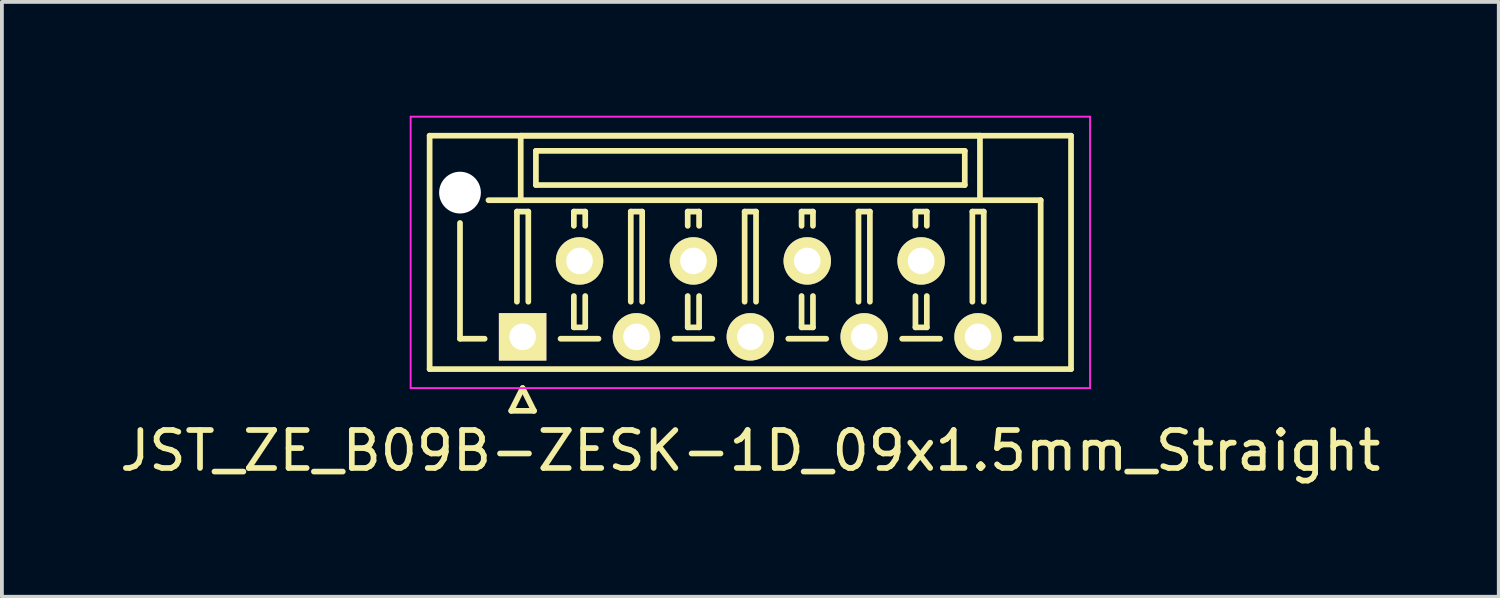
<source format=kicad_pcb>
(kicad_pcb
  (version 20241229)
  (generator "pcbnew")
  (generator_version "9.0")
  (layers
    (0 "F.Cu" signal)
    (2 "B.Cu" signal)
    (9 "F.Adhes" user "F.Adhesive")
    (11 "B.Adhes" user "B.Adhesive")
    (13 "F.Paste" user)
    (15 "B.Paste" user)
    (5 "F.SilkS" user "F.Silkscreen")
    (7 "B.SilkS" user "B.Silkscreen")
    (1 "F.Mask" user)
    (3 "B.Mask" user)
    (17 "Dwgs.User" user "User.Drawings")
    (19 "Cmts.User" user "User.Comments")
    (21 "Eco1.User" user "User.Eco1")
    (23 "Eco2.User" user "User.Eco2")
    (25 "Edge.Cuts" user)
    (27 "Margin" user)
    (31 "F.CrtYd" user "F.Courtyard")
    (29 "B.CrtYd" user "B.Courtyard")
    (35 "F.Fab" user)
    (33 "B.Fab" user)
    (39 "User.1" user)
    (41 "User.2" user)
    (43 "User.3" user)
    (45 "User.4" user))
  (footprint "JST_ZE_B09B-ZESK-1D_09x1.5mm_Straight"
    (layer "F.Cu")
    (at 10.72 5.825)
    (property "Reference" "JST_ZE_B09B-ZESK-1D_09x1.5mm_Straight" (at 6 3 0) (layer "F.SilkS") (effects (font (size 1 1) (thickness 0.15))))
    (attr through_hole)
    (fp_line (start -2.45 -5.3) (end -2.45 0.85) (stroke (width 0.15) (type solid)) (layer "F.SilkS"))
    (fp_line (start -2.45 0.85) (end 14.45 0.85) (stroke (width 0.15) (type solid)) (layer "F.SilkS"))
    (fp_line (start -1.65 -3) (end -1.65 0.05) (stroke (width 0.15) (type solid)) (layer "F.SilkS"))
    (fp_line (start -1.65 0.05) (end -1 0.05) (stroke (width 0.15) (type solid)) (layer "F.SilkS"))
    (fp_line (start -0.3 1.95) (end 0 1.35) (stroke (width 0.15) (type solid)) (layer "F.SilkS"))
    (fp_line (start -0.15 -3.3) (end 0.15 -3.3) (stroke (width 0.15) (type solid)) (layer "F.SilkS"))
    (fp_line (start -0.15 -0.925) (end -0.15 -3.3) (stroke (width 0.15) (type solid)) (layer "F.SilkS"))
    (fp_line (start -0.05 -5.3) (end -0.05 -3.6) (stroke (width 0.15) (type solid)) (layer "F.SilkS"))
    (fp_line (start -0.05 -3.6) (end -0.9 -3.6) (stroke (width 0.15) (type solid)) (layer "F.SilkS"))
    (fp_line (start -0.05 -3.6) (end 12.05 -3.6) (stroke (width 0.15) (type solid)) (layer "F.SilkS"))
    (fp_line (start 0 1.35) (end 0.3 1.95) (stroke (width 0.15) (type solid)) (layer "F.SilkS"))
    (fp_line (start 0.15 -3.3) (end 0.15 -0.925) (stroke (width 0.15) (type solid)) (layer "F.SilkS"))
    (fp_line (start 0.3 1.95) (end -0.3 1.95) (stroke (width 0.15) (type solid)) (layer "F.SilkS"))
    (fp_line (start 0.35 -4.9) (end 0.35 -4) (stroke (width 0.15) (type solid)) (layer "F.SilkS"))
    (fp_line (start 0.35 -4) (end 11.65 -4) (stroke (width 0.15) (type solid)) (layer "F.SilkS"))
    (fp_line (start 1 0.05) (end 2 0.05) (stroke (width 0.15) (type solid)) (layer "F.SilkS"))
    (fp_line (start 1.35 -3.3) (end 1.65 -3.3) (stroke (width 0.15) (type solid)) (layer "F.SilkS"))
    (fp_line (start 1.35 -2.925) (end 1.35 -3.3) (stroke (width 0.15) (type solid)) (layer "F.SilkS"))
    (fp_line (start 1.35 -1.075) (end 1.35 -0.25) (stroke (width 0.15) (type solid)) (layer "F.SilkS"))
    (fp_line (start 1.35 -0.25) (end 1.65 -0.25) (stroke (width 0.15) (type solid)) (layer "F.SilkS"))
    (fp_line (start 1.65 -3.3) (end 1.65 -2.925) (stroke (width 0.15) (type solid)) (layer "F.SilkS"))
    (fp_line (start 1.65 -0.25) (end 1.65 -1.075) (stroke (width 0.15) (type solid)) (layer "F.SilkS"))
    (fp_line (start 2.85 -3.3) (end 3.15 -3.3) (stroke (width 0.15) (type solid)) (layer "F.SilkS"))
    (fp_line (start 2.85 -0.925) (end 2.85 -3.3) (stroke (width 0.15) (type solid)) (layer "F.SilkS"))
    (fp_line (start 3.15 -3.3) (end 3.15 -0.925) (stroke (width 0.15) (type solid)) (layer "F.SilkS"))
    (fp_line (start 4 0.05) (end 5 0.05) (stroke (width 0.15) (type solid)) (layer "F.SilkS"))
    (fp_line (start 4.35 -3.3) (end 4.65 -3.3) (stroke (width 0.15) (type solid)) (layer "F.SilkS"))
    (fp_line (start 4.35 -2.925) (end 4.35 -3.3) (stroke (width 0.15) (type solid)) (layer "F.SilkS"))
    (fp_line (start 4.35 -1.075) (end 4.35 -0.25) (stroke (width 0.15) (type solid)) (layer "F.SilkS"))
    (fp_line (start 4.35 -0.25) (end 4.65 -0.25) (stroke (width 0.15) (type solid)) (layer "F.SilkS"))
    (fp_line (start 4.65 -3.3) (end 4.65 -2.925) (stroke (width 0.15) (type solid)) (layer "F.SilkS"))
    (fp_line (start 4.65 -0.25) (end 4.65 -1.075) (stroke (width 0.15) (type solid)) (layer "F.SilkS"))
    (fp_line (start 5.85 -3.3) (end 6.15 -3.3) (stroke (width 0.15) (type solid)) (layer "F.SilkS"))
    (fp_line (start 5.85 -0.925) (end 5.85 -3.3) (stroke (width 0.15) (type solid)) (layer "F.SilkS"))
    (fp_line (start 6.15 -3.3) (end 6.15 -0.925) (stroke (width 0.15) (type solid)) (layer "F.SilkS"))
    (fp_line (start 7 0.05) (end 8 0.05) (stroke (width 0.15) (type solid)) (layer "F.SilkS"))
    (fp_line (start 7.35 -3.3) (end 7.65 -3.3) (stroke (width 0.15) (type solid)) (layer "F.SilkS"))
    (fp_line (start 7.35 -2.925) (end 7.35 -3.3) (stroke (width 0.15) (type solid)) (layer "F.SilkS"))
    (fp_line (start 7.35 -1.075) (end 7.35 -0.25) (stroke (width 0.15) (type solid)) (layer "F.SilkS"))
    (fp_line (start 7.35 -0.25) (end 7.65 -0.25) (stroke (width 0.15) (type solid)) (layer "F.SilkS"))
    (fp_line (start 7.65 -3.3) (end 7.65 -2.925) (stroke (width 0.15) (type solid)) (layer "F.SilkS"))
    (fp_line (start 7.65 -0.25) (end 7.65 -1.075) (stroke (width 0.15) (type solid)) (layer "F.SilkS"))
    (fp_line (start 8.85 -3.3) (end 9.15 -3.3) (stroke (width 0.15) (type solid)) (layer "F.SilkS"))
    (fp_line (start 8.85 -0.925) (end 8.85 -3.3) (stroke (width 0.15) (type solid)) (layer "F.SilkS"))
    (fp_line (start 9.15 -3.3) (end 9.15 -0.925) (stroke (width 0.15) (type solid)) (layer "F.SilkS"))
    (fp_line (start 10 0.05) (end 11 0.05) (stroke (width 0.15) (type solid)) (layer "F.SilkS"))
    (fp_line (start 10.35 -3.3) (end 10.65 -3.3) (stroke (width 0.15) (type solid)) (layer "F.SilkS"))
    (fp_line (start 10.35 -2.925) (end 10.35 -3.3) (stroke (width 0.15) (type solid)) (layer "F.SilkS"))
    (fp_line (start 10.35 -1.075) (end 10.35 -0.25) (stroke (width 0.15) (type solid)) (layer "F.SilkS"))
    (fp_line (start 10.35 -0.25) (end 10.65 -0.25) (stroke (width 0.15) (type solid)) (layer "F.SilkS"))
    (fp_line (start 10.65 -3.3) (end 10.65 -2.925) (stroke (width 0.15) (type solid)) (layer "F.SilkS"))
    (fp_line (start 10.65 -0.25) (end 10.65 -1.075) (stroke (width 0.15) (type solid)) (layer "F.SilkS"))
    (fp_line (start 11.65 -4.9) (end 0.35 -4.9) (stroke (width 0.15) (type solid)) (layer "F.SilkS"))
    (fp_line (start 11.65 -4) (end 11.65 -4.9) (stroke (width 0.15) (type solid)) (layer "F.SilkS"))
    (fp_line (start 11.85 -3.3) (end 12.15 -3.3) (stroke (width 0.15) (type solid)) (layer "F.SilkS"))
    (fp_line (start 11.85 -0.925) (end 11.85 -3.3) (stroke (width 0.15) (type solid)) (layer "F.SilkS"))
    (fp_line (start 12.05 -5.3) (end -0.05 -5.3) (stroke (width 0.15) (type solid)) (layer "F.SilkS"))
    (fp_line (start 12.05 -3.6) (end 12.05 -5.3) (stroke (width 0.15) (type solid)) (layer "F.SilkS"))
    (fp_line (start 12.05 -3.6) (end 13.65 -3.6) (stroke (width 0.15) (type solid)) (layer "F.SilkS"))
    (fp_line (start 12.15 -3.3) (end 12.15 -0.925) (stroke (width 0.15) (type solid)) (layer "F.SilkS"))
    (fp_line (start 13.65 -3.6) (end 13.65 0.05) (stroke (width 0.15) (type solid)) (layer "F.SilkS"))
    (fp_line (start 13.65 0.05) (end 13 0.05) (stroke (width 0.15) (type solid)) (layer "F.SilkS"))
    (fp_line (start 14.45 -5.3) (end -2.45 -5.3) (stroke (width 0.15) (type solid)) (layer "F.SilkS"))
    (fp_line (start 14.45 0.85) (end 14.45 -5.3) (stroke (width 0.15) (type solid)) (layer "F.SilkS"))
    (fp_line (start -2.95 -5.8) (end -2.95 1.35) (stroke (width 0.05) (type solid)) (layer "F.CrtYd"))
    (fp_line (start -2.95 1.35) (end 14.95 1.35) (stroke (width 0.05) (type solid)) (layer "F.CrtYd"))
    (fp_line (start 14.95 -5.8) (end -2.95 -5.8) (stroke (width 0.05) (type solid)) (layer "F.CrtYd"))
    (fp_line (start 14.95 1.35) (end 14.95 -5.8) (stroke (width 0.05) (type solid)) (layer "F.CrtYd"))
    (pad "" np_thru_hole circle (at -1.65 -3.8) (size 1.1 1.1) (drill 1.1) (layers "*.Cu"))
    (pad "1" thru_hole rect (at 0 0) (size 1.25 1.25) (drill 0.7) (layers "*.Cu" "*.Mask" "F.SilkS"))
    (pad "2" thru_hole circle (at 1.5 -2) (size 1.25 1.25) (drill 0.7) (layers "*.Cu" "*.Mask" "F.SilkS"))
    (pad "3" thru_hole circle (at 3 0) (size 1.25 1.25) (drill 0.7) (layers "*.Cu" "*.Mask" "F.SilkS"))
    (pad "4" thru_hole circle (at 4.5 -2) (size 1.25 1.25) (drill 0.7) (layers "*.Cu" "*.Mask" "F.SilkS"))
    (pad "5" thru_hole circle (at 6 0) (size 1.25 1.25) (drill 0.7) (layers "*.Cu" "*.Mask" "F.SilkS"))
    (pad "6" thru_hole circle (at 7.5 -2) (size 1.25 1.25) (drill 0.7) (layers "*.Cu" "*.Mask" "F.SilkS"))
    (pad "7" thru_hole circle (at 9 0) (size 1.25 1.25) (drill 0.7) (layers "*.Cu" "*.Mask" "F.SilkS"))
    (pad "8" thru_hole circle (at 10.5 -2) (size 1.25 1.25) (drill 0.7) (layers "*.Cu" "*.Mask" "F.SilkS"))
    (pad "9" thru_hole circle (at 12 0) (size 1.25 1.25) (drill 0.7) (layers "*.Cu" "*.Mask" "F.SilkS")))
  (gr_rect
    (start -3 -3)
    (end 36.44 12.673)
    (stroke (width 0.1) (type default))
    (fill no)
    (layer "Edge.Cuts")))
</source>
